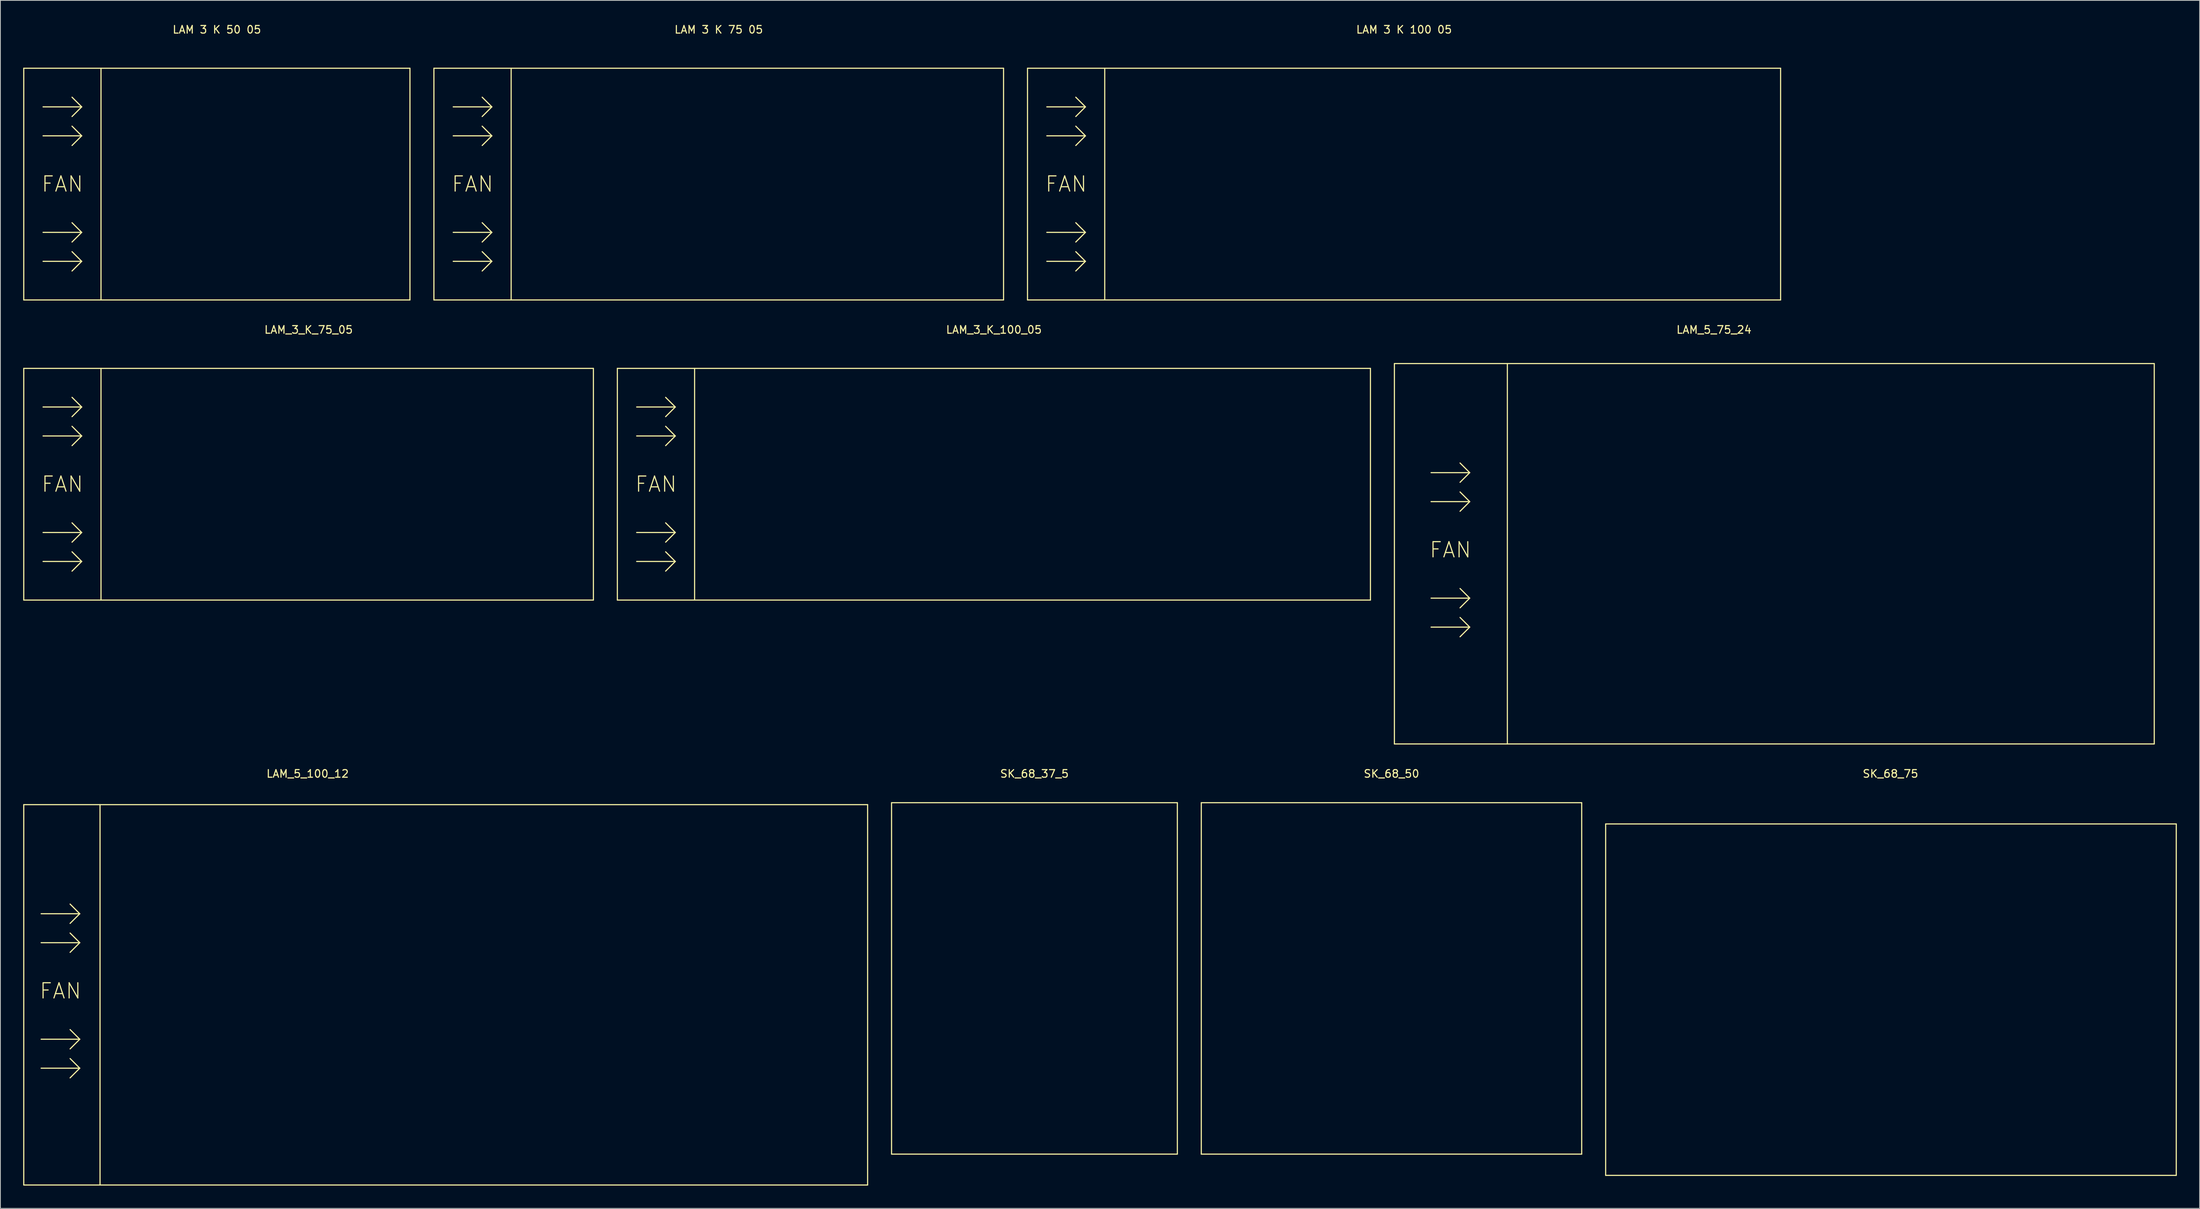
<source format=kicad_pcb>
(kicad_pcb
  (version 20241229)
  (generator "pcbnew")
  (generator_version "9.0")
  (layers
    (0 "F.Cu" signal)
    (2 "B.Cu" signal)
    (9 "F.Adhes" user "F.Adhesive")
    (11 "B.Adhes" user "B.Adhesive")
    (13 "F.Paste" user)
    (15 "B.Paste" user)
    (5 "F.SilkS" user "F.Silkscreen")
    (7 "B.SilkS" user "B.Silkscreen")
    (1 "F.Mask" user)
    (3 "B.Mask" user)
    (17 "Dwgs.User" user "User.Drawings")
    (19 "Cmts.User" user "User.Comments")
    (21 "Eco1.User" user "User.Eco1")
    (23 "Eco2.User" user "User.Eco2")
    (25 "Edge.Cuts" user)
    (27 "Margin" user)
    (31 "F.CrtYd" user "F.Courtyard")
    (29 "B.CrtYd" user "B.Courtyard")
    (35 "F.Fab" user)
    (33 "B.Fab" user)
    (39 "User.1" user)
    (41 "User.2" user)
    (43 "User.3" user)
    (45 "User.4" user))
  (footprint "SK_68_75"
    (layer "F.Cu")
    (at 245.745 128.456)
    (property "Reference" "SK_68_75" (at -0.127 -29.718 0) (layer "F.SilkS") (effects (font (size 1 1) (thickness 0.15))))
    (attr through_hole)
    (fp_line (start -37.592 -23.114) (end 37.465 -23.114) (stroke (width 0.15) (type solid)) (layer "F.SilkS"))
    (fp_line (start -37.592 23.114) (end -37.592 -23.114) (stroke (width 0.15) (type solid)) (layer "F.SilkS"))
    (fp_line (start 37.465 -23.114) (end 37.465 23.114) (stroke (width 0.15) (type solid)) (layer "F.SilkS"))
    (fp_line (start 37.465 23.114) (end -37.592 23.114) (stroke (width 0.15) (type solid)) (layer "F.SilkS")))
  (footprint "SK_68_37_5"
    (layer "F.Cu")
    (at 133.019 125.662)
    (property "Reference" "SK_68_37_5" (at 0 -26.924 0) (layer "F.SilkS") (effects (font (size 1 1) (thickness 0.15))))
    (attr through_hole)
    (fp_line (start -18.796 -23.114) (end 18.796 -23.114) (stroke (width 0.15) (type solid)) (layer "F.SilkS"))
    (fp_line (start -18.796 23.114) (end -18.796 -23.114) (stroke (width 0.15) (type solid)) (layer "F.SilkS"))
    (fp_line (start 18.796 -23.114) (end 18.796 23.114) (stroke (width 0.15) (type solid)) (layer "F.SilkS"))
    (fp_line (start 18.796 23.114) (end -18.796 23.114) (stroke (width 0.15) (type solid)) (layer "F.SilkS")))
  (footprint "LAM 3 K 75 05"
    (layer "F.Cu")
    (at 91.49 21.168)
    (property "Reference" "LAM 3 K 75 05" (at 0 -20.32 0) (layer "F.SilkS") (effects (font (size 1 1) (thickness 0.15))))
    (attr through_hole)
    (fp_line (start -37.465 -15.24) (end 37.465 -15.24) (stroke (width 0.15) (type solid)) (layer "F.SilkS"))
    (fp_line (start -37.465 15.24) (end -37.465 -15.24) (stroke (width 0.15) (type solid)) (layer "F.SilkS"))
    (fp_line (start -31.115 -11.43) (end -29.845 -10.16) (stroke (width 0.15) (type solid)) (layer "F.SilkS"))
    (fp_line (start -31.115 -7.62) (end -29.845 -6.35) (stroke (width 0.15) (type solid)) (layer "F.SilkS"))
    (fp_line (start -31.115 5.08) (end -29.845 6.35) (stroke (width 0.15) (type solid)) (layer "F.SilkS"))
    (fp_line (start -31.115 8.89) (end -29.845 10.16) (stroke (width 0.15) (type solid)) (layer "F.SilkS"))
    (fp_line (start -29.845 -10.16) (end -34.925 -10.16) (stroke (width 0.15) (type solid)) (layer "F.SilkS"))
    (fp_line (start -29.845 -10.16) (end -31.115 -8.89) (stroke (width 0.15) (type solid)) (layer "F.SilkS"))
    (fp_line (start -29.845 -6.35) (end -34.925 -6.35) (stroke (width 0.15) (type solid)) (layer "F.SilkS"))
    (fp_line (start -29.845 -6.35) (end -31.115 -5.08) (stroke (width 0.15) (type solid)) (layer "F.SilkS"))
    (fp_line (start -29.845 6.35) (end -34.925 6.35) (stroke (width 0.15) (type solid)) (layer "F.SilkS"))
    (fp_line (start -29.845 6.35) (end -31.115 7.62) (stroke (width 0.15) (type solid)) (layer "F.SilkS"))
    (fp_line (start -29.845 10.16) (end -34.925 10.16) (stroke (width 0.15) (type solid)) (layer "F.SilkS"))
    (fp_line (start -29.845 10.16) (end -31.115 11.43) (stroke (width 0.15) (type solid)) (layer "F.SilkS"))
    (fp_line (start -27.305 -15.24) (end -27.305 15.24) (stroke (width 0.15) (type solid)) (layer "F.SilkS"))
    (fp_line (start 37.465 -15.24) (end 37.465 15.24) (stroke (width 0.15) (type solid)) (layer "F.SilkS"))
    (fp_line (start 37.465 15.24) (end -37.465 15.24) (stroke (width 0.15) (type solid)) (layer "F.SilkS"))
    (fp_text user "FAN" (at -32.385 0 0) (layer "F.SilkS") (effects (font (size 2 2) (thickness 0.15)))))
  (footprint "LAM_5_75_24"
    (layer "F.Cu")
    (at 222.529 69.415)
    (property "Reference" "LAM_5_75_24" (at -0.127 -29.083 0) (layer "F.SilkS") (effects (font (size 1 1) (thickness 0.15))))
    (attr through_hole)
    (fp_line (start -42.164 25.4) (end -42.164 -24.638) (stroke (width 0.15) (type solid)) (layer "F.SilkS"))
    (fp_line (start -33.528 -11.557) (end -32.258 -10.287) (stroke (width 0.15) (type solid)) (layer "F.SilkS"))
    (fp_line (start -33.528 -7.747) (end -32.258 -6.477) (stroke (width 0.15) (type solid)) (layer "F.SilkS"))
    (fp_line (start -33.528 4.953) (end -32.258 6.223) (stroke (width 0.15) (type solid)) (layer "F.SilkS"))
    (fp_line (start -33.528 8.763) (end -32.258 10.033) (stroke (width 0.15) (type solid)) (layer "F.SilkS"))
    (fp_line (start -32.258 -10.287) (end -37.338 -10.287) (stroke (width 0.15) (type solid)) (layer "F.SilkS"))
    (fp_line (start -32.258 -10.287) (end -33.528 -9.017) (stroke (width 0.15) (type solid)) (layer "F.SilkS"))
    (fp_line (start -32.258 -6.477) (end -37.338 -6.477) (stroke (width 0.15) (type solid)) (layer "F.SilkS"))
    (fp_line (start -32.258 -6.477) (end -33.528 -5.207) (stroke (width 0.15) (type solid)) (layer "F.SilkS"))
    (fp_line (start -32.258 6.223) (end -37.338 6.223) (stroke (width 0.15) (type solid)) (layer "F.SilkS"))
    (fp_line (start -32.258 6.223) (end -33.528 7.493) (stroke (width 0.15) (type solid)) (layer "F.SilkS"))
    (fp_line (start -32.258 10.033) (end -37.338 10.033) (stroke (width 0.15) (type solid)) (layer "F.SilkS"))
    (fp_line (start -32.258 10.033) (end -33.528 11.303) (stroke (width 0.15) (type solid)) (layer "F.SilkS"))
    (fp_line (start -27.305 -24.638) (end -42.164 -24.638) (stroke (width 0.15) (type solid)) (layer "F.SilkS"))
    (fp_line (start -27.305 -24.638) (end -27.305 25.4) (stroke (width 0.15) (type solid)) (layer "F.SilkS"))
    (fp_line (start -27.305 -24.638) (end 57.785 -24.638) (stroke (width 0.15) (type solid)) (layer "F.SilkS"))
    (fp_line (start -27.305 25.4) (end -42.164 25.4) (stroke (width 0.15) (type solid)) (layer "F.SilkS"))
    (fp_line (start 57.785 -24.638) (end 57.785 25.4) (stroke (width 0.15) (type solid)) (layer "F.SilkS"))
    (fp_line (start 57.785 25.4) (end -27.305 25.4) (stroke (width 0.15) (type solid)) (layer "F.SilkS"))
    (fp_text user "FAN" (at -34.798 -0.127 0) (layer "F.SilkS") (effects (font (size 2 2) (thickness 0.15)))))
  (footprint "LAM_5_100_12"
    (layer "F.Cu")
    (at 59.13 127.821)
    (property "Reference" "LAM_5_100_12" (at -21.717 -29.083 0) (layer "F.SilkS") (effects (font (size 1 1) (thickness 0.15))))
    (attr through_hole)
    (fp_line (start -59.055 25.019) (end -59.055 -25.019) (stroke (width 0.15) (type solid)) (layer "F.SilkS"))
    (fp_line (start -52.959 -11.938) (end -51.689 -10.668) (stroke (width 0.15) (type solid)) (layer "F.SilkS"))
    (fp_line (start -52.959 -8.128) (end -51.689 -6.858) (stroke (width 0.15) (type solid)) (layer "F.SilkS"))
    (fp_line (start -52.959 4.572) (end -51.689 5.842) (stroke (width 0.15) (type solid)) (layer "F.SilkS"))
    (fp_line (start -52.959 8.382) (end -51.689 9.652) (stroke (width 0.15) (type solid)) (layer "F.SilkS"))
    (fp_line (start -51.689 -10.668) (end -56.769 -10.668) (stroke (width 0.15) (type solid)) (layer "F.SilkS"))
    (fp_line (start -51.689 -10.668) (end -52.959 -9.398) (stroke (width 0.15) (type solid)) (layer "F.SilkS"))
    (fp_line (start -51.689 -6.858) (end -56.769 -6.858) (stroke (width 0.15) (type solid)) (layer "F.SilkS"))
    (fp_line (start -51.689 -6.858) (end -52.959 -5.588) (stroke (width 0.15) (type solid)) (layer "F.SilkS"))
    (fp_line (start -51.689 5.842) (end -56.769 5.842) (stroke (width 0.15) (type solid)) (layer "F.SilkS"))
    (fp_line (start -51.689 5.842) (end -52.959 7.112) (stroke (width 0.15) (type solid)) (layer "F.SilkS"))
    (fp_line (start -51.689 9.652) (end -56.769 9.652) (stroke (width 0.15) (type solid)) (layer "F.SilkS"))
    (fp_line (start -51.689 9.652) (end -52.959 10.922) (stroke (width 0.15) (type solid)) (layer "F.SilkS"))
    (fp_line (start -49.022 -25.019) (end -59.055 -25.019) (stroke (width 0.15) (type solid)) (layer "F.SilkS"))
    (fp_line (start -49.022 -25.019) (end -49.022 25.019) (stroke (width 0.15) (type solid)) (layer "F.SilkS"))
    (fp_line (start -49.022 -25.019) (end 51.943 -25.019) (stroke (width 0.15) (type solid)) (layer "F.SilkS"))
    (fp_line (start -49.022 25.019) (end -59.055 25.019) (stroke (width 0.15) (type solid)) (layer "F.SilkS"))
    (fp_line (start 51.943 -25.019) (end 51.943 25.019) (stroke (width 0.15) (type solid)) (layer "F.SilkS"))
    (fp_line (start 51.943 25.019) (end -49.022 25.019) (stroke (width 0.15) (type solid)) (layer "F.SilkS"))
    (fp_text user "FAN" (at -54.229 -0.508 0) (layer "F.SilkS") (effects (font (size 2 2) (thickness 0.15)))))
  (footprint "LAM 3 K 100 05"
    (layer "F.Cu")
    (at 181.635 21.168)
    (property "Reference" "LAM 3 K 100 05" (at 0 -20.32 0) (layer "F.SilkS") (effects (font (size 1 1) (thickness 0.15))))
    (attr through_hole)
    (fp_line (start -49.53 -15.24) (end 49.53 -15.24) (stroke (width 0.15) (type solid)) (layer "F.SilkS"))
    (fp_line (start -49.53 15.24) (end -49.53 -15.24) (stroke (width 0.15) (type solid)) (layer "F.SilkS"))
    (fp_line (start -43.18 -11.43) (end -41.91 -10.16) (stroke (width 0.15) (type solid)) (layer "F.SilkS"))
    (fp_line (start -43.18 -7.62) (end -41.91 -6.35) (stroke (width 0.15) (type solid)) (layer "F.SilkS"))
    (fp_line (start -43.18 5.08) (end -41.91 6.35) (stroke (width 0.15) (type solid)) (layer "F.SilkS"))
    (fp_line (start -43.18 8.89) (end -41.91 10.16) (stroke (width 0.15) (type solid)) (layer "F.SilkS"))
    (fp_line (start -41.91 -10.16) (end -46.99 -10.16) (stroke (width 0.15) (type solid)) (layer "F.SilkS"))
    (fp_line (start -41.91 -10.16) (end -43.18 -8.89) (stroke (width 0.15) (type solid)) (layer "F.SilkS"))
    (fp_line (start -41.91 -6.35) (end -46.99 -6.35) (stroke (width 0.15) (type solid)) (layer "F.SilkS"))
    (fp_line (start -41.91 -6.35) (end -43.18 -5.08) (stroke (width 0.15) (type solid)) (layer "F.SilkS"))
    (fp_line (start -41.91 6.35) (end -46.99 6.35) (stroke (width 0.15) (type solid)) (layer "F.SilkS"))
    (fp_line (start -41.91 6.35) (end -43.18 7.62) (stroke (width 0.15) (type solid)) (layer "F.SilkS"))
    (fp_line (start -41.91 10.16) (end -46.99 10.16) (stroke (width 0.15) (type solid)) (layer "F.SilkS"))
    (fp_line (start -41.91 10.16) (end -43.18 11.43) (stroke (width 0.15) (type solid)) (layer "F.SilkS"))
    (fp_line (start -39.37 -15.24) (end -39.37 15.24) (stroke (width 0.15) (type solid)) (layer "F.SilkS"))
    (fp_line (start 49.53 -15.24) (end 49.53 15.24) (stroke (width 0.15) (type solid)) (layer "F.SilkS"))
    (fp_line (start 49.53 15.24) (end -49.53 15.24) (stroke (width 0.15) (type solid)) (layer "F.SilkS"))
    (fp_text user "FAN" (at -44.45 0 0) (layer "F.SilkS") (effects (font (size 2 2) (thickness 0.15)))))
  (footprint "LAM_3_K_100_05"
    (layer "F.Cu")
    (at 127.685 60.651)
    (property "Reference" "LAM_3_K_100_05" (at 0 -20.32 0) (layer "F.SilkS") (effects (font (size 1 1) (thickness 0.15))))
    (attr through_hole)
    (fp_line (start -49.53 -15.24) (end 49.53 -15.24) (stroke (width 0.15) (type solid)) (layer "F.SilkS"))
    (fp_line (start -49.53 15.24) (end -49.53 -15.24) (stroke (width 0.15) (type solid)) (layer "F.SilkS"))
    (fp_line (start -43.18 -11.43) (end -41.91 -10.16) (stroke (width 0.15) (type solid)) (layer "F.SilkS"))
    (fp_line (start -43.18 -7.62) (end -41.91 -6.35) (stroke (width 0.15) (type solid)) (layer "F.SilkS"))
    (fp_line (start -43.18 5.08) (end -41.91 6.35) (stroke (width 0.15) (type solid)) (layer "F.SilkS"))
    (fp_line (start -43.18 8.89) (end -41.91 10.16) (stroke (width 0.15) (type solid)) (layer "F.SilkS"))
    (fp_line (start -41.91 -10.16) (end -46.99 -10.16) (stroke (width 0.15) (type solid)) (layer "F.SilkS"))
    (fp_line (start -41.91 -10.16) (end -43.18 -8.89) (stroke (width 0.15) (type solid)) (layer "F.SilkS"))
    (fp_line (start -41.91 -6.35) (end -46.99 -6.35) (stroke (width 0.15) (type solid)) (layer "F.SilkS"))
    (fp_line (start -41.91 -6.35) (end -43.18 -5.08) (stroke (width 0.15) (type solid)) (layer "F.SilkS"))
    (fp_line (start -41.91 6.35) (end -46.99 6.35) (stroke (width 0.15) (type solid)) (layer "F.SilkS"))
    (fp_line (start -41.91 6.35) (end -43.18 7.62) (stroke (width 0.15) (type solid)) (layer "F.SilkS"))
    (fp_line (start -41.91 10.16) (end -46.99 10.16) (stroke (width 0.15) (type solid)) (layer "F.SilkS"))
    (fp_line (start -41.91 10.16) (end -43.18 11.43) (stroke (width 0.15) (type solid)) (layer "F.SilkS"))
    (fp_line (start -39.37 -15.24) (end -39.37 15.24) (stroke (width 0.15) (type solid)) (layer "F.SilkS"))
    (fp_line (start 49.53 -15.24) (end 49.53 15.24) (stroke (width 0.15) (type solid)) (layer "F.SilkS"))
    (fp_line (start 49.53 15.24) (end -49.53 15.24) (stroke (width 0.15) (type solid)) (layer "F.SilkS"))
    (fp_text user "FAN" (at -44.45 0 0) (layer "F.SilkS") (effects (font (size 2 2) (thickness 0.15)))))
  (footprint "LAM 3 K 50 05"
    (layer "F.Cu")
    (at 25.475 21.168)
    (property "Reference" "LAM 3 K 50 05" (at 0 -20.32 0) (layer "F.SilkS") (effects (font (size 1 1) (thickness 0.15))))
    (attr through_hole)
    (fp_line (start -25.4 -15.24) (end 25.4 -15.24) (stroke (width 0.15) (type solid)) (layer "F.SilkS"))
    (fp_line (start -25.4 15.24) (end -25.4 -15.24) (stroke (width 0.15) (type solid)) (layer "F.SilkS"))
    (fp_line (start -19.05 -11.43) (end -17.78 -10.16) (stroke (width 0.15) (type solid)) (layer "F.SilkS"))
    (fp_line (start -19.05 -7.62) (end -17.78 -6.35) (stroke (width 0.15) (type solid)) (layer "F.SilkS"))
    (fp_line (start -19.05 5.08) (end -17.78 6.35) (stroke (width 0.15) (type solid)) (layer "F.SilkS"))
    (fp_line (start -19.05 8.89) (end -17.78 10.16) (stroke (width 0.15) (type solid)) (layer "F.SilkS"))
    (fp_line (start -17.78 -10.16) (end -22.86 -10.16) (stroke (width 0.15) (type solid)) (layer "F.SilkS"))
    (fp_line (start -17.78 -10.16) (end -19.05 -8.89) (stroke (width 0.15) (type solid)) (layer "F.SilkS"))
    (fp_line (start -17.78 -6.35) (end -22.86 -6.35) (stroke (width 0.15) (type solid)) (layer "F.SilkS"))
    (fp_line (start -17.78 -6.35) (end -19.05 -5.08) (stroke (width 0.15) (type solid)) (layer "F.SilkS"))
    (fp_line (start -17.78 6.35) (end -22.86 6.35) (stroke (width 0.15) (type solid)) (layer "F.SilkS"))
    (fp_line (start -17.78 6.35) (end -19.05 7.62) (stroke (width 0.15) (type solid)) (layer "F.SilkS"))
    (fp_line (start -17.78 10.16) (end -22.86 10.16) (stroke (width 0.15) (type solid)) (layer "F.SilkS"))
    (fp_line (start -17.78 10.16) (end -19.05 11.43) (stroke (width 0.15) (type solid)) (layer "F.SilkS"))
    (fp_line (start -15.24 -15.24) (end -15.24 15.24) (stroke (width 0.15) (type solid)) (layer "F.SilkS"))
    (fp_line (start 25.4 -15.24) (end 25.4 15.24) (stroke (width 0.15) (type solid)) (layer "F.SilkS"))
    (fp_line (start 25.4 15.24) (end -25.4 15.24) (stroke (width 0.15) (type solid)) (layer "F.SilkS"))
    (fp_text user "FAN" (at -20.32 0 0) (layer "F.SilkS") (effects (font (size 2 2) (thickness 0.15)))))
  (footprint "LAM_3_K_75_05"
    (layer "F.Cu")
    (at 37.54 60.651)
    (property "Reference" "LAM_3_K_75_05" (at 0 -20.32 0) (layer "F.SilkS") (effects (font (size 1 1) (thickness 0.15))))
    (attr through_hole)
    (fp_line (start -37.465 -15.24) (end 37.465 -15.24) (stroke (width 0.15) (type solid)) (layer "F.SilkS"))
    (fp_line (start -37.465 15.24) (end -37.465 -15.24) (stroke (width 0.15) (type solid)) (layer "F.SilkS"))
    (fp_line (start -31.115 -11.43) (end -29.845 -10.16) (stroke (width 0.15) (type solid)) (layer "F.SilkS"))
    (fp_line (start -31.115 -7.62) (end -29.845 -6.35) (stroke (width 0.15) (type solid)) (layer "F.SilkS"))
    (fp_line (start -31.115 5.08) (end -29.845 6.35) (stroke (width 0.15) (type solid)) (layer "F.SilkS"))
    (fp_line (start -31.115 8.89) (end -29.845 10.16) (stroke (width 0.15) (type solid)) (layer "F.SilkS"))
    (fp_line (start -29.845 -10.16) (end -34.925 -10.16) (stroke (width 0.15) (type solid)) (layer "F.SilkS"))
    (fp_line (start -29.845 -10.16) (end -31.115 -8.89) (stroke (width 0.15) (type solid)) (layer "F.SilkS"))
    (fp_line (start -29.845 -6.35) (end -34.925 -6.35) (stroke (width 0.15) (type solid)) (layer "F.SilkS"))
    (fp_line (start -29.845 -6.35) (end -31.115 -5.08) (stroke (width 0.15) (type solid)) (layer "F.SilkS"))
    (fp_line (start -29.845 6.35) (end -34.925 6.35) (stroke (width 0.15) (type solid)) (layer "F.SilkS"))
    (fp_line (start -29.845 6.35) (end -31.115 7.62) (stroke (width 0.15) (type solid)) (layer "F.SilkS"))
    (fp_line (start -29.845 10.16) (end -34.925 10.16) (stroke (width 0.15) (type solid)) (layer "F.SilkS"))
    (fp_line (start -29.845 10.16) (end -31.115 11.43) (stroke (width 0.15) (type solid)) (layer "F.SilkS"))
    (fp_line (start -27.305 -15.24) (end -27.305 15.24) (stroke (width 0.15) (type solid)) (layer "F.SilkS"))
    (fp_line (start 37.465 -15.24) (end 37.465 15.24) (stroke (width 0.15) (type solid)) (layer "F.SilkS"))
    (fp_line (start 37.465 15.24) (end -37.465 15.24) (stroke (width 0.15) (type solid)) (layer "F.SilkS"))
    (fp_text user "FAN" (at -32.385 0 0) (layer "F.SilkS") (effects (font (size 2 2) (thickness 0.15)))))
  (footprint "SK_68_50"
    (layer "F.Cu")
    (at 179.984 125.662)
    (property "Reference" "SK_68_50" (at 0 -26.924 0) (layer "F.SilkS") (effects (font (size 1 1) (thickness 0.15))))
    (attr through_hole)
    (fp_line (start -25.019 -23.114) (end 25.019 -23.114) (stroke (width 0.15) (type solid)) (layer "F.SilkS"))
    (fp_line (start -25.019 23.114) (end -25.019 -23.114) (stroke (width 0.15) (type solid)) (layer "F.SilkS"))
    (fp_line (start 25.019 -23.114) (end 25.019 23.114) (stroke (width 0.15) (type solid)) (layer "F.SilkS"))
    (fp_line (start 25.019 23.114) (end -25.019 23.114) (stroke (width 0.15) (type solid)) (layer "F.SilkS")))
  (gr_rect
    (start -3 -3)
    (end 286.285 155.915)
    (stroke (width 0.1) (type default))
    (fill no)
    (layer "Edge.Cuts")))
</source>
